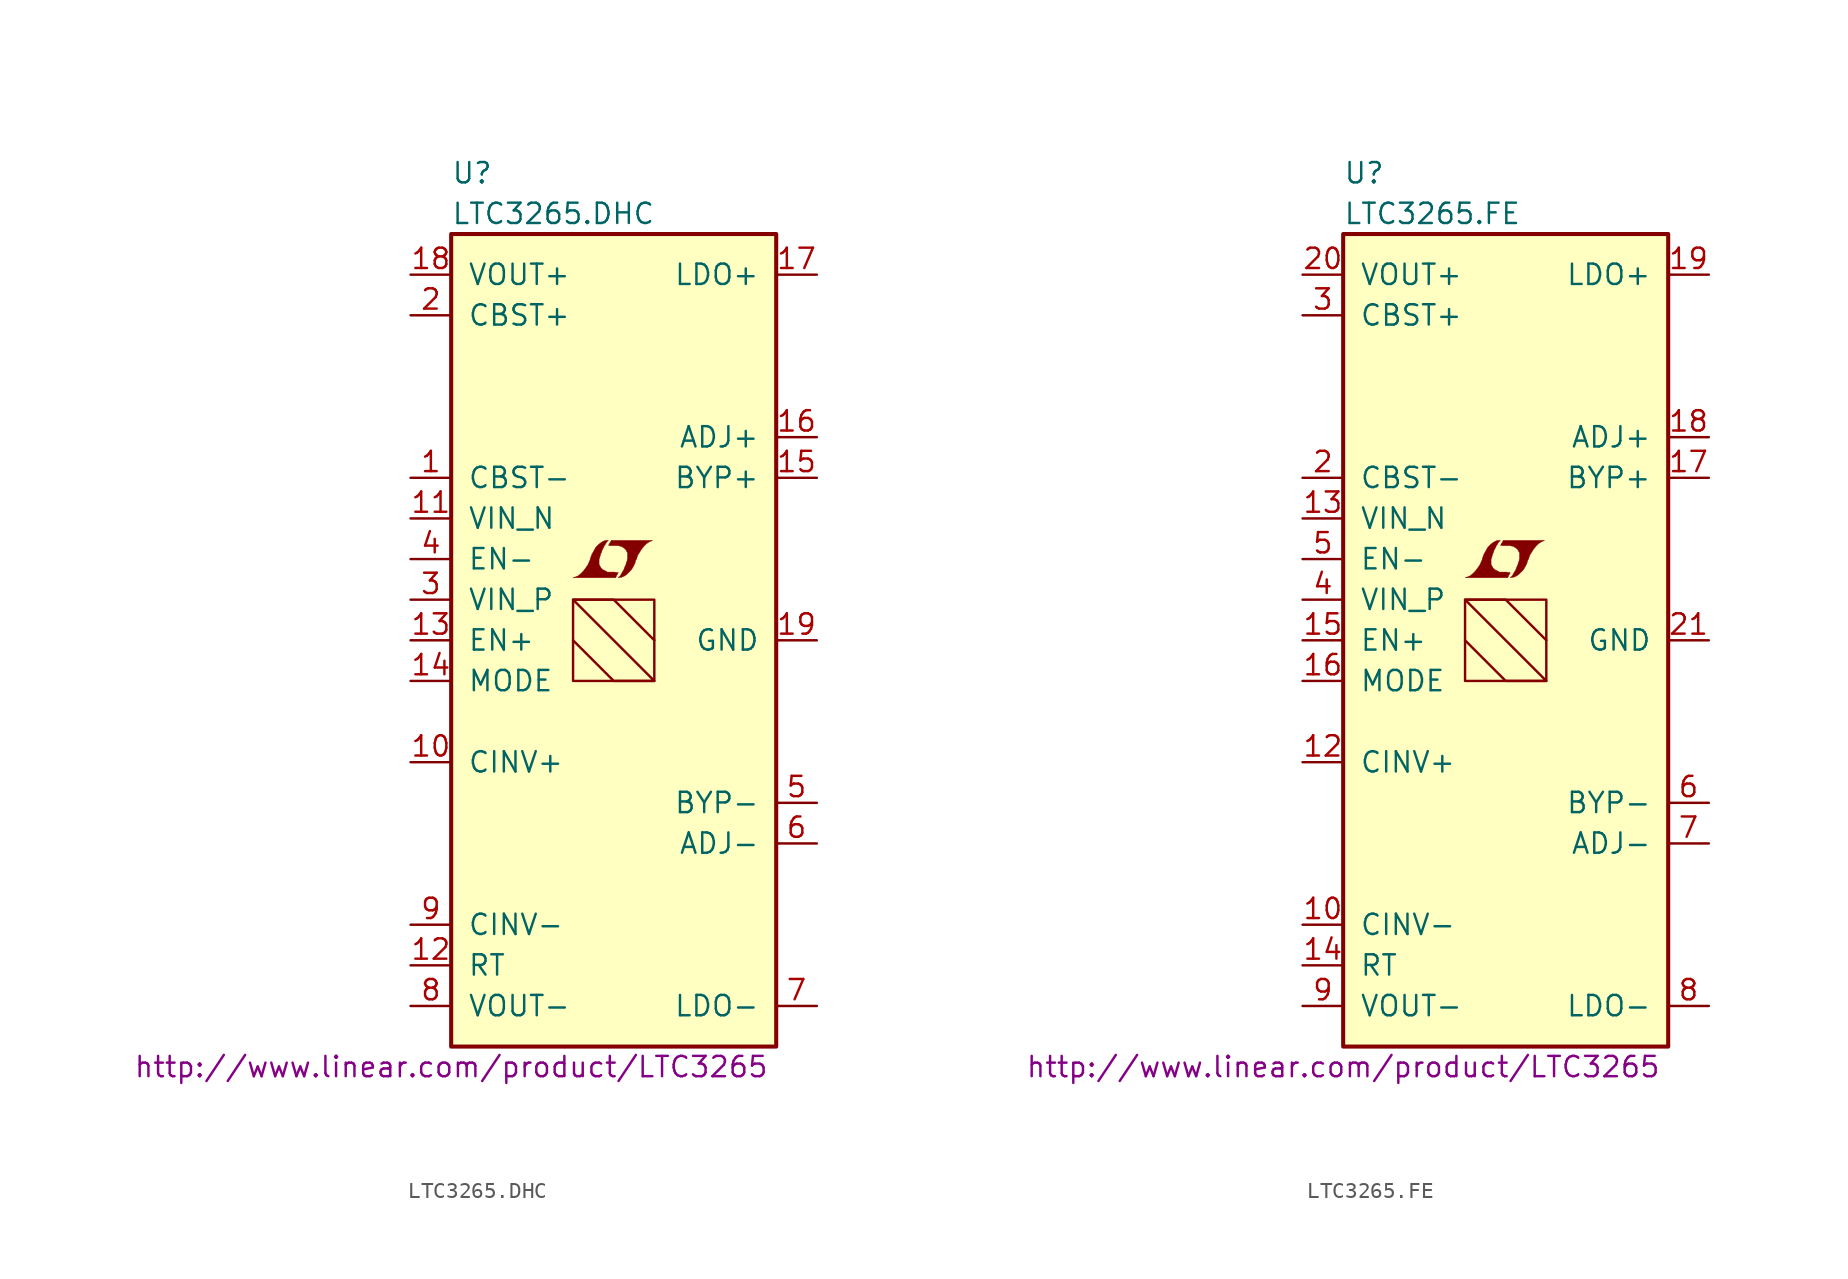
<source format=kicad_sym>
(kicad_symbol_lib
  (version 20201005)
  (generator kicad_symbol_editor)
  (symbol "LTC3265.DHC"
    (pin_names
      (offset 1.016))
    (property "Reference" "U"
      (at -10.16 29.21 0)
      (effects (font (size 1.27 1.27)) (justify left)))
    (property "Value" "LTC3265.DHC"
      (at -10.16 26.67 0)
      (effects (font (size 1.27 1.27)) (justify left)))
    (property "Datasheet" "http://www.linear.com/product/LTC3265"
      (at -10.16 -26.67 0)
      (effects (font (size 1.27 1.27))))
    (symbol "LTC3265.DHC_0_0"
      (polyline (pts (xy 0.203 4.089) (xy 0.229 4.115) (xy 0.279 4.216) (xy 0.279 4.242) (xy 0.152 4.242) (xy 0.051 4.267) (xy -0.406 4.267) (xy -0.432 4.293) (xy -0.686 4.42) (xy -0.787 4.521) (xy -0.864 4.648) (xy -0.914 4.75) (xy -0.914 5.055) (xy -0.864 5.207) (xy -0.838 5.309) (xy -0.813 5.385) (xy -0.762 5.512) (xy -0.711 5.664) (xy -0.635 5.791) (xy -0.584 5.918) (xy -0.508 6.02) (xy -0.457 6.121) (xy -0.33 6.248) (xy -0.508 6.248) (xy -0.635 6.198) (xy -0.737 6.147) (xy -0.813 6.096) (xy -0.94 5.994) (xy -1.118 5.817) (xy -1.372 5.359) (xy -1.473 5.08) (xy -1.473 5.029) (xy -1.524 4.928) (xy -1.575 4.801) (xy -1.626 4.699) (xy -1.753 4.521) (xy -1.905 4.318) (xy -2.057 4.166) (xy -2.21 4.039) (xy -2.388 3.962) (xy -2.54 3.912) (xy 0.127 3.912) (xy 0.203 4.089)) (stroke (width 0.025)) (fill (type outline)))
      (polyline (pts (xy 0.406 3.937) (xy 0.483 3.937) (xy 0.66 4.013) (xy 0.813 4.115) (xy 1.092 4.394) (xy 1.219 4.597) (xy 1.321 4.801) (xy 1.397 5.055) (xy 1.422 5.055) (xy 1.499 5.309) (xy 1.753 5.715) (xy 1.905 5.893) (xy 2.057 6.045) (xy 2.21 6.147) (xy 2.388 6.223) (xy 2.413 6.223) (xy 2.413 6.248) (xy -0.152 6.248) (xy -0.229 6.096) (xy -0.254 6.071) (xy -0.305 5.969) (xy -0.33 5.944) (xy -0.279 5.944) (xy -0.229 5.918) (xy 0.305 5.918) (xy 0.356 5.893) (xy 0.406 5.893) (xy 0.483 5.867) (xy 0.61 5.791) (xy 0.737 5.69) (xy 0.813 5.563) (xy 0.838 5.512) (xy 0.864 5.486) (xy 0.864 5.08) (xy 0.838 5.029) (xy 0.838 4.953) (xy 0.787 4.851) (xy 0.762 4.724) (xy 0.686 4.572) (xy 0.635 4.42) (xy 0.483 4.166) (xy 0.432 4.064) (xy 0.279 3.912) (xy 0.406 3.937)) (stroke (width 0.025)) (fill (type outline))))
    (symbol "LTC3265.DHC_0_1"
      (rectangle (start -10.16 25.4) (end 10.16 -25.4) (stroke (width 0.254)) (fill (type background)))
      (rectangle (start -2.54 2.54) (end 2.54 -2.54) (stroke (width 0)) (fill (type none)))
      (polyline (pts (xy -2.54 0) (xy 0 -2.54) (xy 2.54 -2.54) (xy -2.54 2.54) (xy 0 2.54) (xy 2.54 0)) (stroke (width 0)) (fill (type none))))
    (symbol "LTC3265.DHC_1_1"
      (pin passive line (at -12.7 10.16 0) (length 2.54) (name "CBST-" (effects (font (size 1.27 1.27)))) (number "1" (effects (font (size 1.27 1.27)))))
      (pin passive line (at -12.7 -7.62 0) (length 2.54) (name "CINV+" (effects (font (size 1.27 1.27)))) (number "10" (effects (font (size 1.27 1.27)))))
      (pin power_in line (at -12.7 7.62 0) (length 2.54) (name "VIN_N" (effects (font (size 1.27 1.27)))) (number "11" (effects (font (size 1.27 1.27)))))
      (pin passive line (at -12.7 -20.32 0) (length 2.54) (name "RT" (effects (font (size 1.27 1.27)))) (number "12" (effects (font (size 1.27 1.27)))))
      (pin input line (at -12.7 0 0) (length 2.54) (name "EN+" (effects (font (size 1.27 1.27)))) (number "13" (effects (font (size 1.27 1.27)))))
      (pin input line (at -12.7 -2.54 0) (length 2.54) (name "MODE" (effects (font (size 1.27 1.27)))) (number "14" (effects (font (size 1.27 1.27)))))
      (pin passive line (at 12.7 10.16 180) (length 2.54) (name "BYP+" (effects (font (size 1.27 1.27)))) (number "15" (effects (font (size 1.27 1.27)))))
      (pin passive line (at 12.7 12.7 180) (length 2.54) (name "ADJ+" (effects (font (size 1.27 1.27)))) (number "16" (effects (font (size 1.27 1.27)))))
      (pin power_out line (at 12.7 22.86 180) (length 2.54) (name "LDO+" (effects (font (size 1.27 1.27)))) (number "17" (effects (font (size 1.27 1.27)))))
      (pin power_out line (at -12.7 22.86 0) (length 2.54) (name "VOUT+" (effects (font (size 1.27 1.27)))) (number "18" (effects (font (size 1.27 1.27)))))
      (pin power_in line (at 12.7 0 180) (length 2.54) (name "GND" (effects (font (size 1.27 1.27)))) (number "19" (effects (font (size 1.27 1.27)))))
      (pin passive line (at -12.7 20.32 0) (length 2.54) (name "CBST+" (effects (font (size 1.27 1.27)))) (number "2" (effects (font (size 1.27 1.27)))))
      (pin power_in line (at -12.7 2.54 0) (length 2.54) (name "VIN_P" (effects (font (size 1.27 1.27)))) (number "3" (effects (font (size 1.27 1.27)))))
      (pin input line (at -12.7 5.08 0) (length 2.54) (name "EN-" (effects (font (size 1.27 1.27)))) (number "4" (effects (font (size 1.27 1.27)))))
      (pin passive line (at 12.7 -10.16 180) (length 2.54) (name "BYP-" (effects (font (size 1.27 1.27)))) (number "5" (effects (font (size 1.27 1.27)))))
      (pin passive line (at 12.7 -12.7 180) (length 2.54) (name "ADJ-" (effects (font (size 1.27 1.27)))) (number "6" (effects (font (size 1.27 1.27)))))
      (pin power_out line (at 12.7 -22.86 180) (length 2.54) (name "LDO-" (effects (font (size 1.27 1.27)))) (number "7" (effects (font (size 1.27 1.27)))))
      (pin power_out line (at -12.7 -22.86 0) (length 2.54) (name "VOUT-" (effects (font (size 1.27 1.27)))) (number "8" (effects (font (size 1.27 1.27)))))
      (pin passive line (at -12.7 -17.78 0) (length 2.54) (name "CINV-" (effects (font (size 1.27 1.27)))) (number "9" (effects (font (size 1.27 1.27)))))))
  (symbol "LTC3265.FE"
    (pin_names
      (offset 1.016))
    (property "Reference" "U"
      (at -10.16 29.21 0)
      (effects (font (size 1.27 1.27)) (justify left)))
    (property "Value" "LTC3265.FE"
      (at -10.16 26.67 0)
      (effects (font (size 1.27 1.27)) (justify left)))
    (property "Datasheet" "http://www.linear.com/product/LTC3265"
      (at -10.16 -26.67 0)
      (effects (font (size 1.27 1.27))))
    (symbol "LTC3265.FE_0_0"
      (polyline (pts (xy 0.203 4.089) (xy 0.229 4.115) (xy 0.279 4.216) (xy 0.279 4.242) (xy 0.152 4.242) (xy 0.051 4.267) (xy -0.406 4.267) (xy -0.432 4.293) (xy -0.686 4.42) (xy -0.787 4.521) (xy -0.864 4.648) (xy -0.914 4.75) (xy -0.914 5.055) (xy -0.864 5.207) (xy -0.838 5.309) (xy -0.813 5.385) (xy -0.762 5.512) (xy -0.711 5.664) (xy -0.635 5.791) (xy -0.584 5.918) (xy -0.508 6.02) (xy -0.457 6.121) (xy -0.33 6.248) (xy -0.508 6.248) (xy -0.635 6.198) (xy -0.737 6.147) (xy -0.813 6.096) (xy -0.94 5.994) (xy -1.118 5.817) (xy -1.372 5.359) (xy -1.473 5.08) (xy -1.473 5.029) (xy -1.524 4.928) (xy -1.575 4.801) (xy -1.626 4.699) (xy -1.753 4.521) (xy -1.905 4.318) (xy -2.057 4.166) (xy -2.21 4.039) (xy -2.388 3.962) (xy -2.54 3.912) (xy 0.127 3.912) (xy 0.203 4.089)) (stroke (width 0.025)) (fill (type outline)))
      (polyline (pts (xy 0.406 3.937) (xy 0.483 3.937) (xy 0.66 4.013) (xy 0.813 4.115) (xy 1.092 4.394) (xy 1.219 4.597) (xy 1.321 4.801) (xy 1.397 5.055) (xy 1.422 5.055) (xy 1.499 5.309) (xy 1.753 5.715) (xy 1.905 5.893) (xy 2.057 6.045) (xy 2.21 6.147) (xy 2.388 6.223) (xy 2.413 6.223) (xy 2.413 6.248) (xy -0.152 6.248) (xy -0.229 6.096) (xy -0.254 6.071) (xy -0.305 5.969) (xy -0.33 5.944) (xy -0.279 5.944) (xy -0.229 5.918) (xy 0.305 5.918) (xy 0.356 5.893) (xy 0.406 5.893) (xy 0.483 5.867) (xy 0.61 5.791) (xy 0.737 5.69) (xy 0.813 5.563) (xy 0.838 5.512) (xy 0.864 5.486) (xy 0.864 5.08) (xy 0.838 5.029) (xy 0.838 4.953) (xy 0.787 4.851) (xy 0.762 4.724) (xy 0.686 4.572) (xy 0.635 4.42) (xy 0.483 4.166) (xy 0.432 4.064) (xy 0.279 3.912) (xy 0.406 3.937)) (stroke (width 0.025)) (fill (type outline))))
    (symbol "LTC3265.FE_0_1"
      (rectangle (start -10.16 25.4) (end 10.16 -25.4) (stroke (width 0.254)) (fill (type background)))
      (rectangle (start -2.54 2.54) (end 2.54 -2.54) (stroke (width 0)) (fill (type none)))
      (polyline (pts (xy -2.54 0) (xy 0 -2.54) (xy 2.54 -2.54) (xy -2.54 2.54) (xy 0 2.54) (xy 2.54 0)) (stroke (width 0)) (fill (type none))))
    (symbol "LTC3265.FE_1_1"
      (pin unconnected line (at -12.7 -12.7 0) (length 2.54) hide (name "NC" (effects (font (size 1.27 1.27)))) (number "1" (effects (font (size 1.27 1.27)))))
      (pin passive line (at -12.7 -17.78 0) (length 2.54) (name "CINV-" (effects (font (size 1.27 1.27)))) (number "10" (effects (font (size 1.27 1.27)))))
      (pin unconnected line (at -12.7 -15.24 0) (length 2.54) hide (name "NC" (effects (font (size 1.27 1.27)))) (number "11" (effects (font (size 1.27 1.27)))))
      (pin passive line (at -12.7 -7.62 0) (length 2.54) (name "CINV+" (effects (font (size 1.27 1.27)))) (number "12" (effects (font (size 1.27 1.27)))))
      (pin power_in line (at -12.7 7.62 0) (length 2.54) (name "VIN_N" (effects (font (size 1.27 1.27)))) (number "13" (effects (font (size 1.27 1.27)))))
      (pin passive line (at -12.7 -20.32 0) (length 2.54) (name "RT" (effects (font (size 1.27 1.27)))) (number "14" (effects (font (size 1.27 1.27)))))
      (pin input line (at -12.7 0 0) (length 2.54) (name "EN+" (effects (font (size 1.27 1.27)))) (number "15" (effects (font (size 1.27 1.27)))))
      (pin input line (at -12.7 -2.54 0) (length 2.54) (name "MODE" (effects (font (size 1.27 1.27)))) (number "16" (effects (font (size 1.27 1.27)))))
      (pin passive line (at 12.7 10.16 180) (length 2.54) (name "BYP+" (effects (font (size 1.27 1.27)))) (number "17" (effects (font (size 1.27 1.27)))))
      (pin passive line (at 12.7 12.7 180) (length 2.54) (name "ADJ+" (effects (font (size 1.27 1.27)))) (number "18" (effects (font (size 1.27 1.27)))))
      (pin power_out line (at 12.7 22.86 180) (length 2.54) (name "LDO+" (effects (font (size 1.27 1.27)))) (number "19" (effects (font (size 1.27 1.27)))))
      (pin passive line (at -12.7 10.16 0) (length 2.54) (name "CBST-" (effects (font (size 1.27 1.27)))) (number "2" (effects (font (size 1.27 1.27)))))
      (pin power_out line (at -12.7 22.86 0) (length 2.54) (name "VOUT+" (effects (font (size 1.27 1.27)))) (number "20" (effects (font (size 1.27 1.27)))))
      (pin power_in line (at 12.7 0 180) (length 2.54) (name "GND" (effects (font (size 1.27 1.27)))) (number "21" (effects (font (size 1.27 1.27)))))
      (pin passive line (at -12.7 20.32 0) (length 2.54) (name "CBST+" (effects (font (size 1.27 1.27)))) (number "3" (effects (font (size 1.27 1.27)))))
      (pin power_in line (at -12.7 2.54 0) (length 2.54) (name "VIN_P" (effects (font (size 1.27 1.27)))) (number "4" (effects (font (size 1.27 1.27)))))
      (pin input line (at -12.7 5.08 0) (length 2.54) (name "EN-" (effects (font (size 1.27 1.27)))) (number "5" (effects (font (size 1.27 1.27)))))
      (pin passive line (at 12.7 -10.16 180) (length 2.54) (name "BYP-" (effects (font (size 1.27 1.27)))) (number "6" (effects (font (size 1.27 1.27)))))
      (pin passive line (at 12.7 -12.7 180) (length 2.54) (name "ADJ-" (effects (font (size 1.27 1.27)))) (number "7" (effects (font (size 1.27 1.27)))))
      (pin power_out line (at 12.7 -22.86 180) (length 2.54) (name "LDO-" (effects (font (size 1.27 1.27)))) (number "8" (effects (font (size 1.27 1.27)))))
      (pin power_out line (at -12.7 -22.86 0) (length 2.54) (name "VOUT-" (effects (font (size 1.27 1.27)))) (number "9" (effects (font (size 1.27 1.27))))))))
</source>
